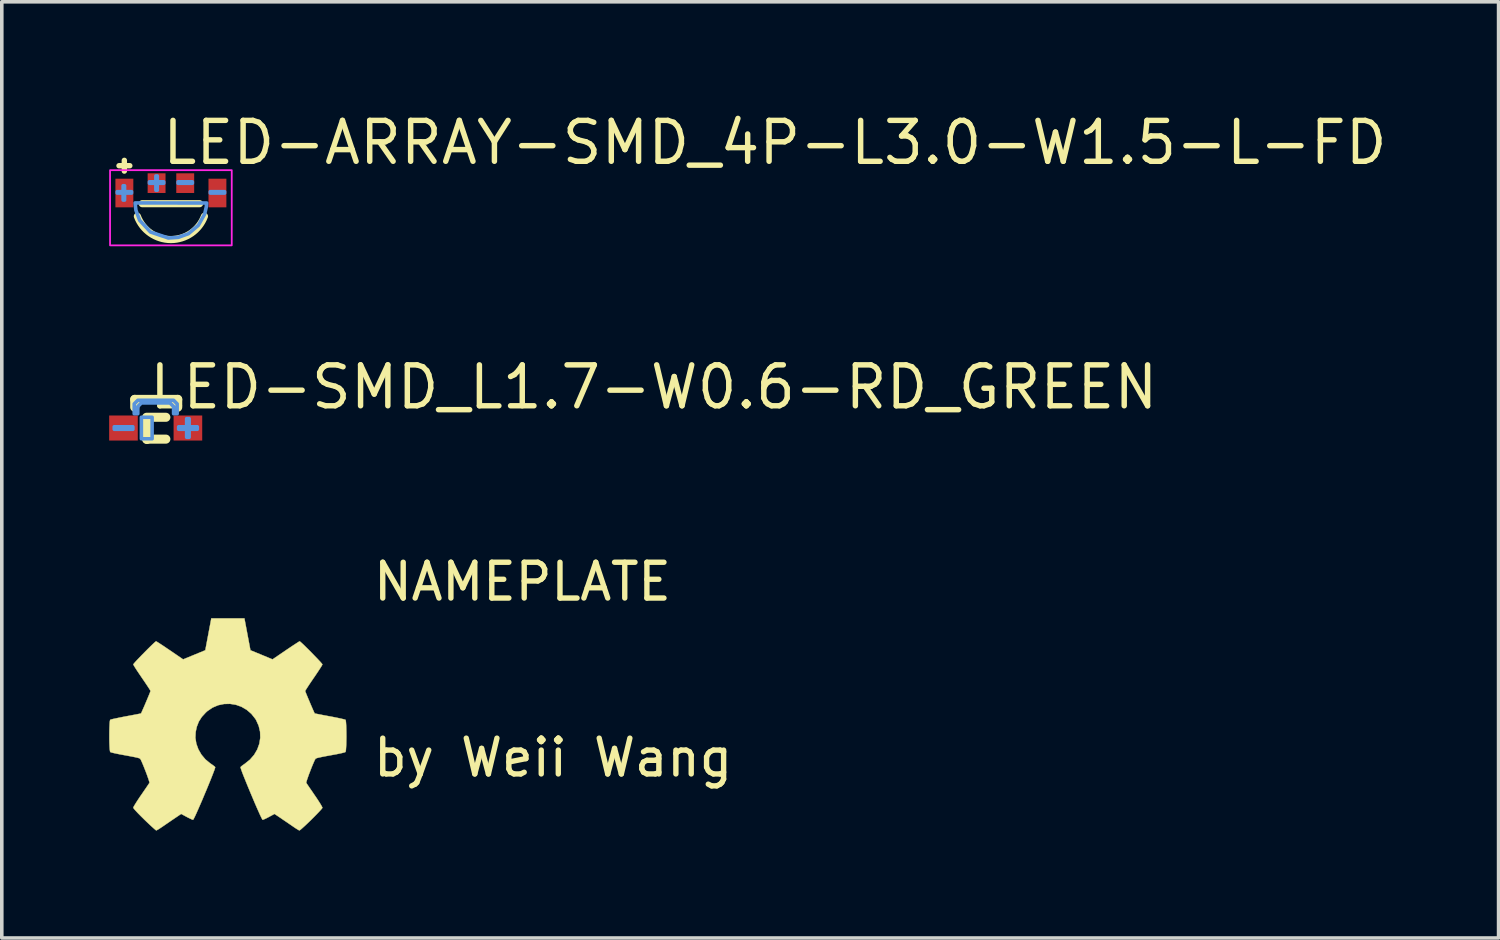
<source format=kicad_pcb>
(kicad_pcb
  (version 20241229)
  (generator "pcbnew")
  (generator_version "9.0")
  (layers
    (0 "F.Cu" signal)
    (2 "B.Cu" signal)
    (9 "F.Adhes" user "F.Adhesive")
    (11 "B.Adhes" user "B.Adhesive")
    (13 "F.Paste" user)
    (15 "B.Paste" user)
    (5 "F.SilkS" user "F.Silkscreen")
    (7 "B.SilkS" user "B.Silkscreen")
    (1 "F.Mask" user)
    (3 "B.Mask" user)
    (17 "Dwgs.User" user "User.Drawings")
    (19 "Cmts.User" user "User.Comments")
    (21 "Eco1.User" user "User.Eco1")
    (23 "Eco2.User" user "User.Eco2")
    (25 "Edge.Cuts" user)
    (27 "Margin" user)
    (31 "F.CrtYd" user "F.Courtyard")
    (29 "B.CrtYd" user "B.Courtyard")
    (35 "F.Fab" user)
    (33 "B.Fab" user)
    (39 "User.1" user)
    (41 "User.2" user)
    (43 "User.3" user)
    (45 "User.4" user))
  (footprint "LED-ARRAY-SMD_4P-L3.0-W1.5-L-FD"
    (layer "F.Cu")
    (at 1.725 2.205)
    (property "Reference" "LED-ARRAY-SMD_4P-L3.0-W1.5-L-FD" (at -0.314 -1.27 0) (layer "F.SilkS") (effects (font (size 1.143 1.143) (thickness 0.152)) (justify left)))
    (attr smd)
    (fp_line (start -1.45 -0.625) (end -1.148 -0.625) (stroke (width 0.15) (type solid)) (layer "F.SilkS"))
    (fp_line (start -1.301 -0.475) (end -1.301 -0.775) (stroke (width 0.15) (type solid)) (layer "F.SilkS"))
    (fp_line (start -0.8 0.436) (end 0.8 0.436) (stroke (width 0.2) (type solid)) (layer "F.SilkS"))
    (fp_arc (start 0.937 0.788) (mid 0.000108 1.438234) (end -0.936924 0.788203) (stroke (width 0.2) (type solid)) (layer "F.SilkS"))
    (fp_poly (pts (xy -1.5 0.1) (xy -1.1 0.1) (xy -1.1 0.14) (xy -1.5 0.14)) (stroke (width 0.1) (type solid)) (fill no) (layer "Cmts.User"))
    (fp_poly (pts (xy -1.335 0.335) (xy -1.335 -0.065) (xy -1.295 -0.065) (xy -1.295 0.335)) (stroke (width 0.1) (type solid)) (fill no) (layer "Cmts.User"))
    (fp_poly (pts (xy -0.6 -0.175) (xy -0.2 -0.175) (xy -0.2 -0.135) (xy -0.6 -0.135)) (stroke (width 0.1) (type solid)) (fill no) (layer "Cmts.User"))
    (fp_poly (pts (xy -0.42 0.06) (xy -0.42 -0.34) (xy -0.38 -0.34) (xy -0.38 0.06)) (stroke (width 0.1) (type solid)) (fill no) (layer "Cmts.User"))
    (fp_poly (pts (xy 0.2 -0.175) (xy 0.6 -0.175) (xy 0.6 -0.135) (xy 0.2 -0.135)) (stroke (width 0.1) (type solid)) (fill no) (layer "Cmts.User"))
    (fp_poly (pts (xy 1.1 0.1) (xy 1.5 0.1) (xy 1.5 0.14) (xy 1.1 0.14)) (stroke (width 0.1) (type solid)) (fill no) (layer "Cmts.User"))
    (fp_poly (pts (xy -1 0.415) (xy -0.978 0.619) (xy -0.873 0.9) (xy -0.57 1.228) (xy -0.073 1.395) (xy 0.204 1.377) (xy 0.491 1.274) (xy 0.767 1.04) (xy 0.943 0.726) (xy 0.99 0.521) (xy 0.999 0.417)) (stroke (width 0.1) (type solid)) (fill no) (layer "Cmts.User"))
    (fp_rect (start -1.7 -0.5) (end 1.7 1.6) (stroke (width 0.05) (type default)) (fill no) (layer "F.CrtYd"))
    (pad "1" smd rect (at -1.3 0.138) (size 0.5 0.8) (layers "F.Cu" "F.Mask" "F.Paste"))
    (pad "2" smd rect (at -0.4 -0.138) (size 0.5 0.55) (layers "F.Cu" "F.Mask" "F.Paste"))
    (pad "3" smd rect (at 1.3 0.138) (size 0.5 0.8) (layers "F.Cu" "F.Mask" "F.Paste"))
    (pad "4" smd rect (at 0.4 -0.138) (size 0.5 0.55) (layers "F.Cu" "F.Mask" "F.Paste")))
  (footprint "NAMEPLATE"
    (layer "F.Cu")
    (at 3.307 17.204)
    (property "Reference" "NAMEPLATE" (at 4 -4 0) (layer "F.SilkS") (effects (font (size 1 1) (thickness 0.15)) (justify left)))
    (attr exclude_from_pos_files exclude_from_bom)
    (fp_poly (pts (xy 0.556 -2.531) (xy 0.64 -2.086) (xy 0.949 -1.959) (xy 1.258 -1.831) (xy 1.629 -2.084) (xy 1.733 -2.154) (xy 1.827 -2.217) (xy 1.907 -2.269) (xy 1.967 -2.308) (xy 2.005 -2.331) (xy 2.015 -2.336) (xy 2.034 -2.323) (xy 2.073 -2.288) (xy 2.13 -2.235) (xy 2.198 -2.168) (xy 2.274 -2.093) (xy 2.353 -2.013) (xy 2.431 -1.932) (xy 2.504 -1.857) (xy 2.567 -1.79) (xy 2.615 -1.737) (xy 2.644 -1.702) (xy 2.651 -1.69) (xy 2.641 -1.669) (xy 2.613 -1.621) (xy 2.569 -1.553) (xy 2.513 -1.468) (xy 2.448 -1.371) (xy 2.41 -1.316) (xy 2.341 -1.215) (xy 2.28 -1.124) (xy 2.23 -1.047) (xy 2.193 -0.989) (xy 2.172 -0.955) (xy 2.169 -0.948) (xy 2.176 -0.927) (xy 2.195 -0.879) (xy 2.223 -0.811) (xy 2.257 -0.729) (xy 2.295 -0.64) (xy 2.333 -0.55) (xy 2.369 -0.467) (xy 2.4 -0.396) (xy 2.423 -0.346) (xy 2.435 -0.322) (xy 2.436 -0.321) (xy 2.455 -0.316) (xy 2.505 -0.306) (xy 2.581 -0.291) (xy 2.678 -0.272) (xy 2.791 -0.251) (xy 2.856 -0.239) (xy 2.977 -0.216) (xy 3.086 -0.194) (xy 3.177 -0.174) (xy 3.246 -0.158) (xy 3.287 -0.147) (xy 3.296 -0.143) (xy 3.304 -0.119) (xy 3.31 -0.064) (xy 3.315 0.015) (xy 3.318 0.112) (xy 3.32 0.22) (xy 3.321 0.333) (xy 3.319 0.445) (xy 3.317 0.549) (xy 3.312 0.638) (xy 3.307 0.707) (xy 3.299 0.748) (xy 3.295 0.757) (xy 3.269 0.767) (xy 3.213 0.782) (xy 3.136 0.799) (xy 3.044 0.818) (xy 3.012 0.824) (xy 2.858 0.852) (xy 2.735 0.875) (xy 2.642 0.893) (xy 2.572 0.908) (xy 2.523 0.919) (xy 2.491 0.929) (xy 2.471 0.938) (xy 2.459 0.947) (xy 2.457 0.948) (xy 2.44 0.976) (xy 2.415 1.031) (xy 2.383 1.105) (xy 2.347 1.192) (xy 2.311 1.286) (xy 2.275 1.379) (xy 2.244 1.466) (xy 2.219 1.539) (xy 2.203 1.592) (xy 2.199 1.618) (xy 2.2 1.619) (xy 2.214 1.64) (xy 2.245 1.687) (xy 2.291 1.755) (xy 2.349 1.838) (xy 2.413 1.933) (xy 2.432 1.96) (xy 2.498 2.057) (xy 2.556 2.146) (xy 2.603 2.221) (xy 2.635 2.278) (xy 2.651 2.311) (xy 2.651 2.315) (xy 2.638 2.336) (xy 2.603 2.377) (xy 2.549 2.435) (xy 2.482 2.505) (xy 2.406 2.582) (xy 2.326 2.662) (xy 2.245 2.74) (xy 2.17 2.811) (xy 2.103 2.872) (xy 2.051 2.918) (xy 2.017 2.944) (xy 2.008 2.948) (xy 1.986 2.938) (xy 1.941 2.911) (xy 1.88 2.872) (xy 1.834 2.84) (xy 1.749 2.782) (xy 1.65 2.714) (xy 1.549 2.646) (xy 1.496 2.609) (xy 1.313 2.486) (xy 1.16 2.569) (xy 1.091 2.605) (xy 1.031 2.633) (xy 0.991 2.649) (xy 0.981 2.651) (xy 0.969 2.635) (xy 0.945 2.588) (xy 0.91 2.516) (xy 0.868 2.422) (xy 0.818 2.31) (xy 0.764 2.186) (xy 0.708 2.053) (xy 0.65 1.916) (xy 0.593 1.779) (xy 0.538 1.646) (xy 0.488 1.522) (xy 0.443 1.411) (xy 0.407 1.317) (xy 0.381 1.244) (xy 0.366 1.197) (xy 0.363 1.181) (xy 0.382 1.16) (xy 0.424 1.127) (xy 0.48 1.088) (xy 0.484 1.085) (xy 0.628 0.969) (xy 0.744 0.835) (xy 0.831 0.686) (xy 0.889 0.526) (xy 0.915 0.36) (xy 0.91 0.192) (xy 0.871 0.026) (xy 0.799 -0.134) (xy 0.778 -0.169) (xy 0.667 -0.309) (xy 0.536 -0.422) (xy 0.39 -0.507) (xy 0.233 -0.563) (xy 0.069 -0.589) (xy -0.097 -0.585) (xy -0.26 -0.551) (xy -0.416 -0.485) (xy -0.56 -0.388) (xy -0.605 -0.348) (xy -0.719 -0.224) (xy -0.802 -0.094) (xy -0.859 0.052) (xy -0.89 0.197) (xy -0.898 0.36) (xy -0.872 0.523) (xy -0.815 0.682) (xy -0.729 0.831) (xy -0.617 0.964) (xy -0.482 1.075) (xy -0.464 1.087) (xy -0.408 1.126) (xy -0.365 1.159) (xy -0.345 1.18) (xy -0.344 1.181) (xy -0.349 1.204) (xy -0.366 1.256) (xy -0.395 1.333) (xy -0.433 1.431) (xy -0.478 1.545) (xy -0.53 1.672) (xy -0.585 1.806) (xy -0.643 1.943) (xy -0.7 2.08) (xy -0.757 2.211) (xy -0.81 2.333) (xy -0.858 2.441) (xy -0.899 2.532) (xy -0.932 2.599) (xy -0.954 2.64) (xy -0.963 2.651) (xy -0.99 2.643) (xy -1.04 2.62) (xy -1.106 2.588) (xy -1.142 2.569) (xy -1.295 2.486) (xy -1.477 2.609) (xy -1.57 2.672) (xy -1.672 2.742) (xy -1.767 2.807) (xy -1.815 2.84) (xy -1.882 2.885) (xy -1.939 2.921) (xy -1.979 2.943) (xy -1.991 2.948) (xy -2.01 2.935) (xy -2.051 2.9) (xy -2.11 2.847) (xy -2.185 2.778) (xy -2.269 2.698) (xy -2.323 2.646) (xy -2.416 2.554) (xy -2.497 2.472) (xy -2.562 2.403) (xy -2.608 2.351) (xy -2.631 2.319) (xy -2.633 2.312) (xy -2.623 2.287) (xy -2.594 2.237) (xy -2.551 2.167) (xy -2.496 2.082) (xy -2.432 1.986) (xy -2.413 1.96) (xy -2.347 1.863) (xy -2.287 1.776) (xy -2.238 1.704) (xy -2.202 1.65) (xy -2.183 1.622) (xy -2.181 1.619) (xy -2.184 1.596) (xy -2.199 1.545) (xy -2.223 1.474) (xy -2.253 1.389) (xy -2.288 1.296) (xy -2.325 1.202) (xy -2.361 1.113) (xy -2.393 1.038) (xy -2.419 0.981) (xy -2.437 0.95) (xy -2.438 0.948) (xy -2.449 0.94) (xy -2.468 0.931) (xy -2.498 0.921) (xy -2.543 0.91) (xy -2.608 0.896) (xy -2.697 0.879) (xy -2.813 0.857) (xy -2.962 0.83) (xy -2.994 0.824) (xy -3.089 0.805) (xy -3.172 0.787) (xy -3.235 0.772) (xy -3.271 0.76) (xy -3.276 0.757) (xy -3.284 0.732) (xy -3.291 0.677) (xy -3.296 0.597) (xy -3.3 0.5) (xy -3.302 0.392) (xy -3.302 0.279) (xy -3.301 0.167) (xy -3.298 0.064) (xy -3.294 -0.026) (xy -3.289 -0.094) (xy -3.281 -0.135) (xy -3.277 -0.143) (xy -3.253 -0.152) (xy -3.197 -0.166) (xy -3.117 -0.183) (xy -3.016 -0.204) (xy -2.901 -0.227) (xy -2.838 -0.239) (xy -2.719 -0.261) (xy -2.613 -0.281) (xy -2.524 -0.298) (xy -2.46 -0.311) (xy -2.423 -0.319) (xy -2.417 -0.321) (xy -2.407 -0.34) (xy -2.386 -0.387) (xy -2.356 -0.455) (xy -2.32 -0.537) (xy -2.282 -0.626) (xy -2.244 -0.716) (xy -2.209 -0.8) (xy -2.18 -0.871) (xy -2.16 -0.922) (xy -2.151 -0.948) (xy -2.151 -0.949) (xy -2.161 -0.968) (xy -2.189 -1.014) (xy -2.233 -1.081) (xy -2.289 -1.165) (xy -2.354 -1.261) (xy -2.392 -1.316) (xy -2.461 -1.418) (xy -2.522 -1.509) (xy -2.573 -1.587) (xy -2.61 -1.647) (xy -2.63 -1.683) (xy -2.633 -1.691) (xy -2.62 -1.709) (xy -2.585 -1.75) (xy -2.533 -1.807) (xy -2.467 -1.876) (xy -2.393 -1.953) (xy -2.314 -2.033) (xy -2.235 -2.113) (xy -2.16 -2.187) (xy -2.095 -2.25) (xy -2.043 -2.299) (xy -2.008 -2.329) (xy -1.996 -2.336) (xy -1.978 -2.326) (xy -1.933 -2.298) (xy -1.866 -2.255) (xy -1.781 -2.199) (xy -1.684 -2.133) (xy -1.611 -2.084) (xy -1.24 -1.831) (xy -0.621 -2.086) (xy -0.537 -2.531) (xy -0.453 -2.976) (xy 0.472 -2.976) (xy 0.556 -2.531)) (stroke (width 0.01) (type solid)) (fill yes) (layer "F.SilkS"))
    (fp_text user "by Weii Wang" (at 4 1.5 0) (unlocked yes) (layer "F.SilkS") (effects (font (size 1 1) (thickness 0.15)) (justify left bottom))))
  (footprint "LED-SMD_L1.7-W0.6-RD_GREEN"
    (layer "F.Cu")
    (at 1.3 8.909)
    (property "Reference" "LED-SMD_L1.7-W0.6-RD_GREEN" (at -0.254 -1.143 0) (layer "F.SilkS") (effects (font (size 1.143 1.143) (thickness 0.152)) (justify left)))
    (attr smd)
    (fp_line (start -0.585 -0.8) (end -0.585 -0.581) (stroke (width 0.254) (type solid)) (layer "F.SilkS"))
    (fp_line (start -0.585 -0.8) (end 0.615 -0.8) (stroke (width 0.254) (type solid)) (layer "F.SilkS"))
    (fp_line (start -0.254 0.31) (end 0.284 0.31) (stroke (width 0.254) (type solid)) (layer "F.SilkS"))
    (fp_line (start -0.245 0.32) (end -0.245 -0.279) (stroke (width 0.254) (type solid)) (layer "F.SilkS"))
    (fp_line (start 0.284 -0.3) (end -0.254 -0.3) (stroke (width 0.254) (type solid)) (layer "F.SilkS"))
    (fp_line (start 0.615 -0.8) (end 0.615 -0.581) (stroke (width 0.254) (type solid)) (layer "F.SilkS"))
    (fp_poly (pts (xy -1.158 0.035) (xy -1.158 -0.035) (xy -0.638 -0.035) (xy -0.638 0.035)) (stroke (width 0.1) (type solid)) (fill no) (layer "Cmts.User"))
    (fp_poly (pts (xy -0.4 -0.3) (xy -0.1 -0.3) (xy -0.1 0.3) (xy -0.4 0.3)) (stroke (width 0.1) (type solid)) (fill no) (layer "Cmts.User"))
    (fp_poly (pts (xy 0.642 0.035) (xy 0.642 -0.035) (xy 1.162 -0.035) (xy 1.162 0.035)) (stroke (width 0.1) (type solid)) (fill no) (layer "Cmts.User"))
    (fp_poly (pts (xy 0.935 0.258) (xy 0.865 0.258) (xy 0.865 -0.262) (xy 0.935 -0.262)) (stroke (width 0.1) (type solid)) (fill no) (layer "Cmts.User"))
    (fp_poly (pts (xy -0.6 -0.4) (xy -0.6 -0.575) (xy -0.6 -0.675) (xy -0.5 -0.775) (xy -0.4 -0.775) (xy 0.5 -0.775) (xy 0.6 -0.675) (xy 0.6 -0.4) (xy 0.5 -0.4) (xy 0.5 -0.6) (xy 0.4 -0.7) (xy -0.4 -0.7) (xy -0.5 -0.6) (xy -0.5 -0.4)) (stroke (width 0.1) (type solid)) (fill no) (layer "Cmts.User"))
    (pad "1" smd rect (at -0.9 0) (size 0.8 0.7) (layers "F.Cu" "F.Mask" "F.Paste"))
    (pad "2" smd rect (at 0.9 0) (size 0.8 0.7) (layers "F.Cu" "F.Mask" "F.Paste")))
  (gr_rect
    (start -3 -3)
    (end 38.82 23.157)
    (stroke (width 0.1) (type default))
    (fill no)
    (layer "Edge.Cuts")))
</source>
